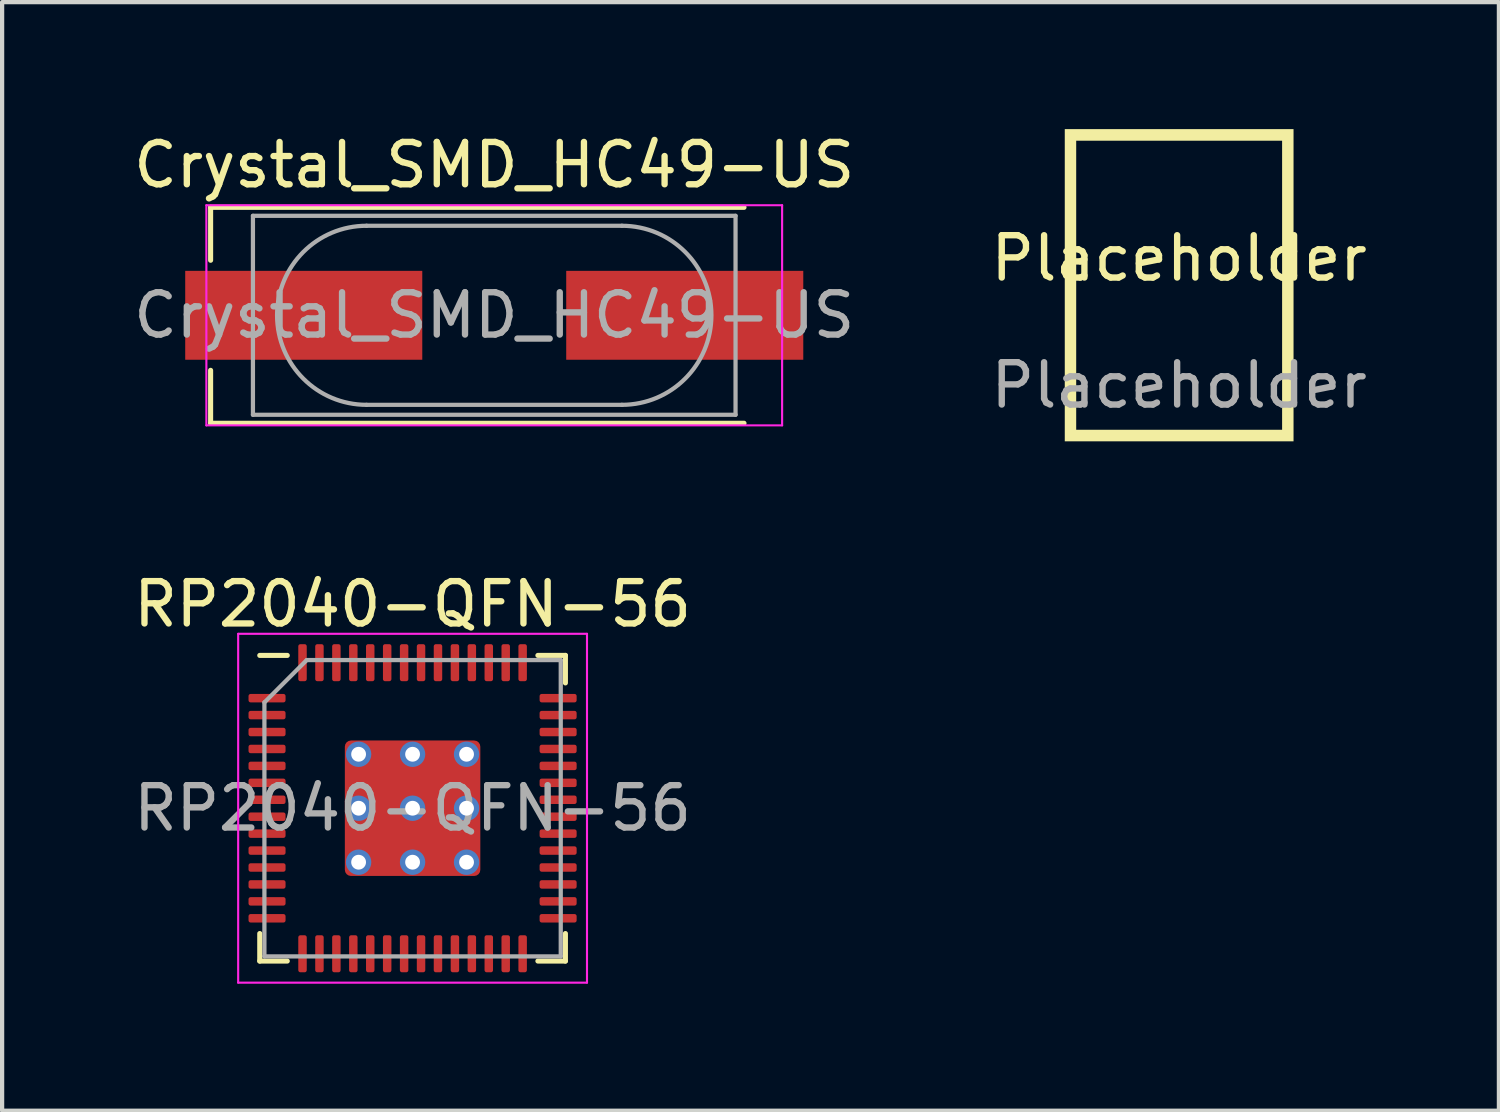
<source format=kicad_pcb>
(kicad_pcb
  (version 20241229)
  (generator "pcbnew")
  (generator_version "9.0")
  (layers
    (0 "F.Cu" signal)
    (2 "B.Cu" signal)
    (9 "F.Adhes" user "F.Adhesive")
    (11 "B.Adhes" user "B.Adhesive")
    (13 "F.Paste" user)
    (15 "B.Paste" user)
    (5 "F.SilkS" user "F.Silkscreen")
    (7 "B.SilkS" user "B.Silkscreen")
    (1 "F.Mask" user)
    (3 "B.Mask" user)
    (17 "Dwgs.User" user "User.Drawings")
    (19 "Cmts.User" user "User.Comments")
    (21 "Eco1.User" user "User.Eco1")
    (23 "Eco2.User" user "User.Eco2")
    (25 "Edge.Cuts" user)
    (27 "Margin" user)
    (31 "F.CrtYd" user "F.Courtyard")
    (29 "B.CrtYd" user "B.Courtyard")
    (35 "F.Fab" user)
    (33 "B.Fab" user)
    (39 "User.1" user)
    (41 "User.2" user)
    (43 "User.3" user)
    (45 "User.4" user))
  (footprint "Placeholder"
    (layer "F.Cu")
    (at 24.804 3.551)
    (property "Reference" "Placeholder" (at 0 -0.5 0) (unlocked yes) (layer "F.SilkS") (effects (font (size 1 1) (thickness 0.15))))
    (fp_poly (pts (xy 2.702 3.824) (xy -2.702 3.824) (xy -2.702 3.551) (xy -2.432 3.551) (xy 2.432 3.551) (xy 2.432 -3.277) (xy -2.432 -3.277) (xy -2.432 3.551) (xy -2.702 3.551) (xy -2.702 -3.551) (xy 2.702 -3.551)) (stroke (width 0) (type solid)) (fill yes) (layer "F.SilkS"))
    (fp_text user "${REFERENCE}" (at 0 2.5 0) (unlocked yes) (layer "F.Fab") (effects (font (size 1 1) (thickness 0.15)))))
  (footprint "RP2040-QFN-56"
    (layer "F.Cu")
    (at 6.696 16.042)
    (property "Reference" "RP2040-QFN-56" (at 0 -4.82 0) (layer "F.SilkS") (effects (font (size 1 1) (thickness 0.15))))
    (attr smd)
    (fp_line (start -3.61 3.61) (end -3.61 2.96) (stroke (width 0.12) (type solid)) (layer "F.SilkS"))
    (fp_line (start -2.96 -3.61) (end -3.61 -3.61) (stroke (width 0.12) (type solid)) (layer "F.SilkS"))
    (fp_line (start -2.96 3.61) (end -3.61 3.61) (stroke (width 0.12) (type solid)) (layer "F.SilkS"))
    (fp_line (start 2.96 -3.61) (end 3.61 -3.61) (stroke (width 0.12) (type solid)) (layer "F.SilkS"))
    (fp_line (start 2.96 3.61) (end 3.61 3.61) (stroke (width 0.12) (type solid)) (layer "F.SilkS"))
    (fp_line (start 3.61 -3.61) (end 3.61 -2.96) (stroke (width 0.12) (type solid)) (layer "F.SilkS"))
    (fp_line (start 3.61 3.61) (end 3.61 2.96) (stroke (width 0.12) (type solid)) (layer "F.SilkS"))
    (fp_line (start -4.12 -4.12) (end -4.12 4.12) (stroke (width 0.05) (type solid)) (layer "F.CrtYd"))
    (fp_line (start -4.12 4.12) (end 4.12 4.12) (stroke (width 0.05) (type solid)) (layer "F.CrtYd"))
    (fp_line (start 4.12 -4.12) (end -4.12 -4.12) (stroke (width 0.05) (type solid)) (layer "F.CrtYd"))
    (fp_line (start 4.12 4.12) (end 4.12 -4.12) (stroke (width 0.05) (type solid)) (layer "F.CrtYd"))
    (fp_line (start -3.5 -2.5) (end -2.5 -3.5) (stroke (width 0.1) (type solid)) (layer "F.Fab"))
    (fp_line (start -3.5 3.5) (end -3.5 -2.5) (stroke (width 0.1) (type solid)) (layer "F.Fab"))
    (fp_line (start -2.5 -3.5) (end 3.5 -3.5) (stroke (width 0.1) (type solid)) (layer "F.Fab"))
    (fp_line (start 3.5 -3.5) (end 3.5 3.5) (stroke (width 0.1) (type solid)) (layer "F.Fab"))
    (fp_line (start 3.5 3.5) (end -3.5 3.5) (stroke (width 0.1) (type solid)) (layer "F.Fab"))
    (fp_text user "${REFERENCE}" (at 0 0 0) (layer "F.Fab") (effects (font (size 1 1) (thickness 0.15))))
    (pad "" smd roundrect (at -0.637 -0.637) (size 1.084 1.084) (layers "F.Paste") (roundrect_rratio 0.231))
    (pad "" smd roundrect (at -0.637 0.637) (size 1.084 1.084) (layers "F.Paste") (roundrect_rratio 0.231))
    (pad "" smd roundrect (at 0.637 -0.637) (size 1.084 1.084) (layers "F.Paste") (roundrect_rratio 0.231))
    (pad "" smd roundrect (at 0.637 0.637) (size 1.084 1.084) (layers "F.Paste") (roundrect_rratio 0.231))
    (pad "1" smd roundrect (at -3.438 -2.6) (size 0.875 0.2) (layers "F.Cu" "F.Mask" "F.Paste") (roundrect_rratio 0.25))
    (pad "2" smd roundrect (at -3.438 -2.2) (size 0.875 0.2) (layers "F.Cu" "F.Mask" "F.Paste") (roundrect_rratio 0.25))
    (pad "3" smd roundrect (at -3.438 -1.8) (size 0.875 0.2) (layers "F.Cu" "F.Mask" "F.Paste") (roundrect_rratio 0.25))
    (pad "4" smd roundrect (at -3.438 -1.4) (size 0.875 0.2) (layers "F.Cu" "F.Mask" "F.Paste") (roundrect_rratio 0.25))
    (pad "5" smd roundrect (at -3.438 -1) (size 0.875 0.2) (layers "F.Cu" "F.Mask" "F.Paste") (roundrect_rratio 0.25))
    (pad "6" smd roundrect (at -3.438 -0.6) (size 0.875 0.2) (layers "F.Cu" "F.Mask" "F.Paste") (roundrect_rratio 0.25))
    (pad "7" smd roundrect (at -3.438 -0.2) (size 0.875 0.2) (layers "F.Cu" "F.Mask" "F.Paste") (roundrect_rratio 0.25))
    (pad "8" smd roundrect (at -3.438 0.2) (size 0.875 0.2) (layers "F.Cu" "F.Mask" "F.Paste") (roundrect_rratio 0.25))
    (pad "9" smd roundrect (at -3.438 0.6) (size 0.875 0.2) (layers "F.Cu" "F.Mask" "F.Paste") (roundrect_rratio 0.25))
    (pad "10" smd roundrect (at -3.438 1) (size 0.875 0.2) (layers "F.Cu" "F.Mask" "F.Paste") (roundrect_rratio 0.25))
    (pad "11" smd roundrect (at -3.438 1.4) (size 0.875 0.2) (layers "F.Cu" "F.Mask" "F.Paste") (roundrect_rratio 0.25))
    (pad "12" smd roundrect (at -3.438 1.8) (size 0.875 0.2) (layers "F.Cu" "F.Mask" "F.Paste") (roundrect_rratio 0.25))
    (pad "13" smd roundrect (at -3.438 2.2) (size 0.875 0.2) (layers "F.Cu" "F.Mask" "F.Paste") (roundrect_rratio 0.25))
    (pad "14" smd roundrect (at -3.438 2.6) (size 0.875 0.2) (layers "F.Cu" "F.Mask" "F.Paste") (roundrect_rratio 0.25))
    (pad "15" smd roundrect (at -2.6 3.438) (size 0.2 0.875) (layers "F.Cu" "F.Mask" "F.Paste") (roundrect_rratio 0.25))
    (pad "16" smd roundrect (at -2.2 3.438) (size 0.2 0.875) (layers "F.Cu" "F.Mask" "F.Paste") (roundrect_rratio 0.25))
    (pad "17" smd roundrect (at -1.8 3.438) (size 0.2 0.875) (layers "F.Cu" "F.Mask" "F.Paste") (roundrect_rratio 0.25))
    (pad "18" smd roundrect (at -1.4 3.438) (size 0.2 0.875) (layers "F.Cu" "F.Mask" "F.Paste") (roundrect_rratio 0.25))
    (pad "19" smd roundrect (at -1 3.438) (size 0.2 0.875) (layers "F.Cu" "F.Mask" "F.Paste") (roundrect_rratio 0.25))
    (pad "20" smd roundrect (at -0.6 3.438) (size 0.2 0.875) (layers "F.Cu" "F.Mask" "F.Paste") (roundrect_rratio 0.25))
    (pad "21" smd roundrect (at -0.2 3.438) (size 0.2 0.875) (layers "F.Cu" "F.Mask" "F.Paste") (roundrect_rratio 0.25))
    (pad "22" smd roundrect (at 0.2 3.438) (size 0.2 0.875) (layers "F.Cu" "F.Mask" "F.Paste") (roundrect_rratio 0.25))
    (pad "23" smd roundrect (at 0.6 3.438) (size 0.2 0.875) (layers "F.Cu" "F.Mask" "F.Paste") (roundrect_rratio 0.25))
    (pad "24" smd roundrect (at 1 3.438) (size 0.2 0.875) (layers "F.Cu" "F.Mask" "F.Paste") (roundrect_rratio 0.25))
    (pad "25" smd roundrect (at 1.4 3.438) (size 0.2 0.875) (layers "F.Cu" "F.Mask" "F.Paste") (roundrect_rratio 0.25))
    (pad "26" smd roundrect (at 1.8 3.438) (size 0.2 0.875) (layers "F.Cu" "F.Mask" "F.Paste") (roundrect_rratio 0.25))
    (pad "27" smd roundrect (at 2.2 3.438) (size 0.2 0.875) (layers "F.Cu" "F.Mask" "F.Paste") (roundrect_rratio 0.25))
    (pad "28" smd roundrect (at 2.6 3.438) (size 0.2 0.875) (layers "F.Cu" "F.Mask" "F.Paste") (roundrect_rratio 0.25))
    (pad "29" smd roundrect (at 3.438 2.6) (size 0.875 0.2) (layers "F.Cu" "F.Mask" "F.Paste") (roundrect_rratio 0.25))
    (pad "30" smd roundrect (at 3.438 2.2) (size 0.875 0.2) (layers "F.Cu" "F.Mask" "F.Paste") (roundrect_rratio 0.25))
    (pad "31" smd roundrect (at 3.438 1.8) (size 0.875 0.2) (layers "F.Cu" "F.Mask" "F.Paste") (roundrect_rratio 0.25))
    (pad "32" smd roundrect (at 3.438 1.4) (size 0.875 0.2) (layers "F.Cu" "F.Mask" "F.Paste") (roundrect_rratio 0.25))
    (pad "33" smd roundrect (at 3.438 1) (size 0.875 0.2) (layers "F.Cu" "F.Mask" "F.Paste") (roundrect_rratio 0.25))
    (pad "34" smd roundrect (at 3.438 0.6) (size 0.875 0.2) (layers "F.Cu" "F.Mask" "F.Paste") (roundrect_rratio 0.25))
    (pad "35" smd roundrect (at 3.438 0.2) (size 0.875 0.2) (layers "F.Cu" "F.Mask" "F.Paste") (roundrect_rratio 0.25))
    (pad "36" smd roundrect (at 3.438 -0.2) (size 0.875 0.2) (layers "F.Cu" "F.Mask" "F.Paste") (roundrect_rratio 0.25))
    (pad "37" smd roundrect (at 3.438 -0.6) (size 0.875 0.2) (layers "F.Cu" "F.Mask" "F.Paste") (roundrect_rratio 0.25))
    (pad "38" smd roundrect (at 3.438 -1) (size 0.875 0.2) (layers "F.Cu" "F.Mask" "F.Paste") (roundrect_rratio 0.25))
    (pad "39" smd roundrect (at 3.438 -1.4) (size 0.875 0.2) (layers "F.Cu" "F.Mask" "F.Paste") (roundrect_rratio 0.25))
    (pad "40" smd roundrect (at 3.438 -1.8) (size 0.875 0.2) (layers "F.Cu" "F.Mask" "F.Paste") (roundrect_rratio 0.25))
    (pad "41" smd roundrect (at 3.438 -2.2) (size 0.875 0.2) (layers "F.Cu" "F.Mask" "F.Paste") (roundrect_rratio 0.25))
    (pad "42" smd roundrect (at 3.438 -2.6) (size 0.875 0.2) (layers "F.Cu" "F.Mask" "F.Paste") (roundrect_rratio 0.25))
    (pad "43" smd roundrect (at 2.6 -3.438) (size 0.2 0.875) (layers "F.Cu" "F.Mask" "F.Paste") (roundrect_rratio 0.25))
    (pad "44" smd roundrect (at 2.2 -3.438) (size 0.2 0.875) (layers "F.Cu" "F.Mask" "F.Paste") (roundrect_rratio 0.25))
    (pad "45" smd roundrect (at 1.8 -3.438) (size 0.2 0.875) (layers "F.Cu" "F.Mask" "F.Paste") (roundrect_rratio 0.25))
    (pad "46" smd roundrect (at 1.4 -3.438) (size 0.2 0.875) (layers "F.Cu" "F.Mask" "F.Paste") (roundrect_rratio 0.25))
    (pad "47" smd roundrect (at 1 -3.438) (size 0.2 0.875) (layers "F.Cu" "F.Mask" "F.Paste") (roundrect_rratio 0.25))
    (pad "48" smd roundrect (at 0.6 -3.438) (size 0.2 0.875) (layers "F.Cu" "F.Mask" "F.Paste") (roundrect_rratio 0.25))
    (pad "49" smd roundrect (at 0.2 -3.438) (size 0.2 0.875) (layers "F.Cu" "F.Mask" "F.Paste") (roundrect_rratio 0.25))
    (pad "50" smd roundrect (at -0.2 -3.438) (size 0.2 0.875) (layers "F.Cu" "F.Mask" "F.Paste") (roundrect_rratio 0.25))
    (pad "51" smd roundrect (at -0.6 -3.438) (size 0.2 0.875) (layers "F.Cu" "F.Mask" "F.Paste") (roundrect_rratio 0.25))
    (pad "52" smd roundrect (at -1 -3.438) (size 0.2 0.875) (layers "F.Cu" "F.Mask" "F.Paste") (roundrect_rratio 0.25))
    (pad "53" smd roundrect (at -1.4 -3.438) (size 0.2 0.875) (layers "F.Cu" "F.Mask" "F.Paste") (roundrect_rratio 0.25))
    (pad "54" smd roundrect (at -1.8 -3.438) (size 0.2 0.875) (layers "F.Cu" "F.Mask" "F.Paste") (roundrect_rratio 0.25))
    (pad "55" smd roundrect (at -2.2 -3.438) (size 0.2 0.875) (layers "F.Cu" "F.Mask" "F.Paste") (roundrect_rratio 0.25))
    (pad "56" smd roundrect (at -2.6 -3.438) (size 0.2 0.875) (layers "F.Cu" "F.Mask" "F.Paste") (roundrect_rratio 0.25))
    (pad "57" thru_hole circle (at -1.275 -1.275) (size 0.6 0.6) (drill 0.35) (layers "*.Cu"))
    (pad "57" thru_hole circle (at -1.275 0) (size 0.6 0.6) (drill 0.35) (layers "*.Cu"))
    (pad "57" thru_hole circle (at -1.275 1.275) (size 0.6 0.6) (drill 0.35) (layers "*.Cu"))
    (pad "57" thru_hole circle (at 0 -1.275) (size 0.6 0.6) (drill 0.35) (layers "*.Cu"))
    (pad "57" thru_hole circle (at 0 0) (size 0.6 0.6) (drill 0.35) (layers "*.Cu"))
    (pad "57" smd roundrect (at 0 0) (size 3.2 3.2) (layers "F.Cu" "F.Mask") (roundrect_rratio 0.045))
    (pad "57" thru_hole circle (at 0 1.275) (size 0.6 0.6) (drill 0.35) (layers "*.Cu"))
    (pad "57" thru_hole circle (at 1.275 -1.275) (size 0.6 0.6) (drill 0.35) (layers "*.Cu"))
    (pad "57" thru_hole circle (at 1.275 0) (size 0.6 0.6) (drill 0.35) (layers "*.Cu"))
    (pad "57" thru_hole circle (at 1.275 1.275) (size 0.6 0.6) (drill 0.35) (layers "*.Cu")))
  (footprint "Crystal_SMD_HC49-US"
    (layer "F.Cu")
    (at 8.625 4.398)
    (property "Reference" "Crystal_SMD_HC49-US" (at 0 -3.55 0) (layer "F.SilkS") (effects (font (size 1 1) (thickness 0.15))))
    (attr smd)
    (fp_line (start -6.7 -2.55) (end -6.7 -1.3) (stroke (width 0.12) (type solid)) (layer "F.SilkS"))
    (fp_line (start -6.7 1.3) (end -6.7 2.55) (stroke (width 0.12) (type solid)) (layer "F.SilkS"))
    (fp_line (start -6.7 2.55) (end 5.9 2.55) (stroke (width 0.12) (type solid)) (layer "F.SilkS"))
    (fp_line (start 5.9 -2.55) (end -6.7 -2.55) (stroke (width 0.12) (type solid)) (layer "F.SilkS"))
    (fp_line (start -6.8 -2.6) (end -6.8 2.6) (stroke (width 0.05) (type solid)) (layer "F.CrtYd"))
    (fp_line (start -6.8 2.6) (end 6.8 2.6) (stroke (width 0.05) (type solid)) (layer "F.CrtYd"))
    (fp_line (start 6.8 -2.6) (end -6.8 -2.6) (stroke (width 0.05) (type solid)) (layer "F.CrtYd"))
    (fp_line (start 6.8 2.6) (end 6.8 -2.6) (stroke (width 0.05) (type solid)) (layer "F.CrtYd"))
    (fp_line (start -5.7 -2.35) (end -5.7 2.35) (stroke (width 0.1) (type solid)) (layer "F.Fab"))
    (fp_line (start -5.7 2.35) (end 5.7 2.35) (stroke (width 0.1) (type solid)) (layer "F.Fab"))
    (fp_line (start -3.015 -2.115) (end 3.015 -2.115) (stroke (width 0.1) (type solid)) (layer "F.Fab"))
    (fp_line (start -3.015 2.115) (end 3.015 2.115) (stroke (width 0.1) (type solid)) (layer "F.Fab"))
    (fp_line (start 5.7 -2.35) (end -5.7 -2.35) (stroke (width 0.1) (type solid)) (layer "F.Fab"))
    (fp_line (start 5.7 2.35) (end 5.7 -2.35) (stroke (width 0.1) (type solid)) (layer "F.Fab"))
    (fp_arc (start -3.015 2.115) (mid -5.13 0) (end -3.015 -2.115) (stroke (width 0.1) (type solid)) (layer "F.Fab"))
    (fp_arc (start 3.015 -2.115) (mid 5.13 0) (end 3.015 2.115) (stroke (width 0.1) (type solid)) (layer "F.Fab"))
    (fp_text user "${REFERENCE}" (at 0 0 0) (layer "F.Fab") (effects (font (size 1 1) (thickness 0.15))))
    (pad "1" smd rect (at -4.5 0) (size 5.6 2.1) (layers "F.Cu" "F.Mask" "F.Paste"))
    (pad "2" smd rect (at 4.5 0) (size 5.6 2.1) (layers "F.Cu" "F.Mask" "F.Paste")))
  (gr_rect
    (start -3 -3)
    (end 32.357 23.187)
    (stroke (width 0.1) (type default))
    (fill no)
    (layer "Edge.Cuts")))
</source>
